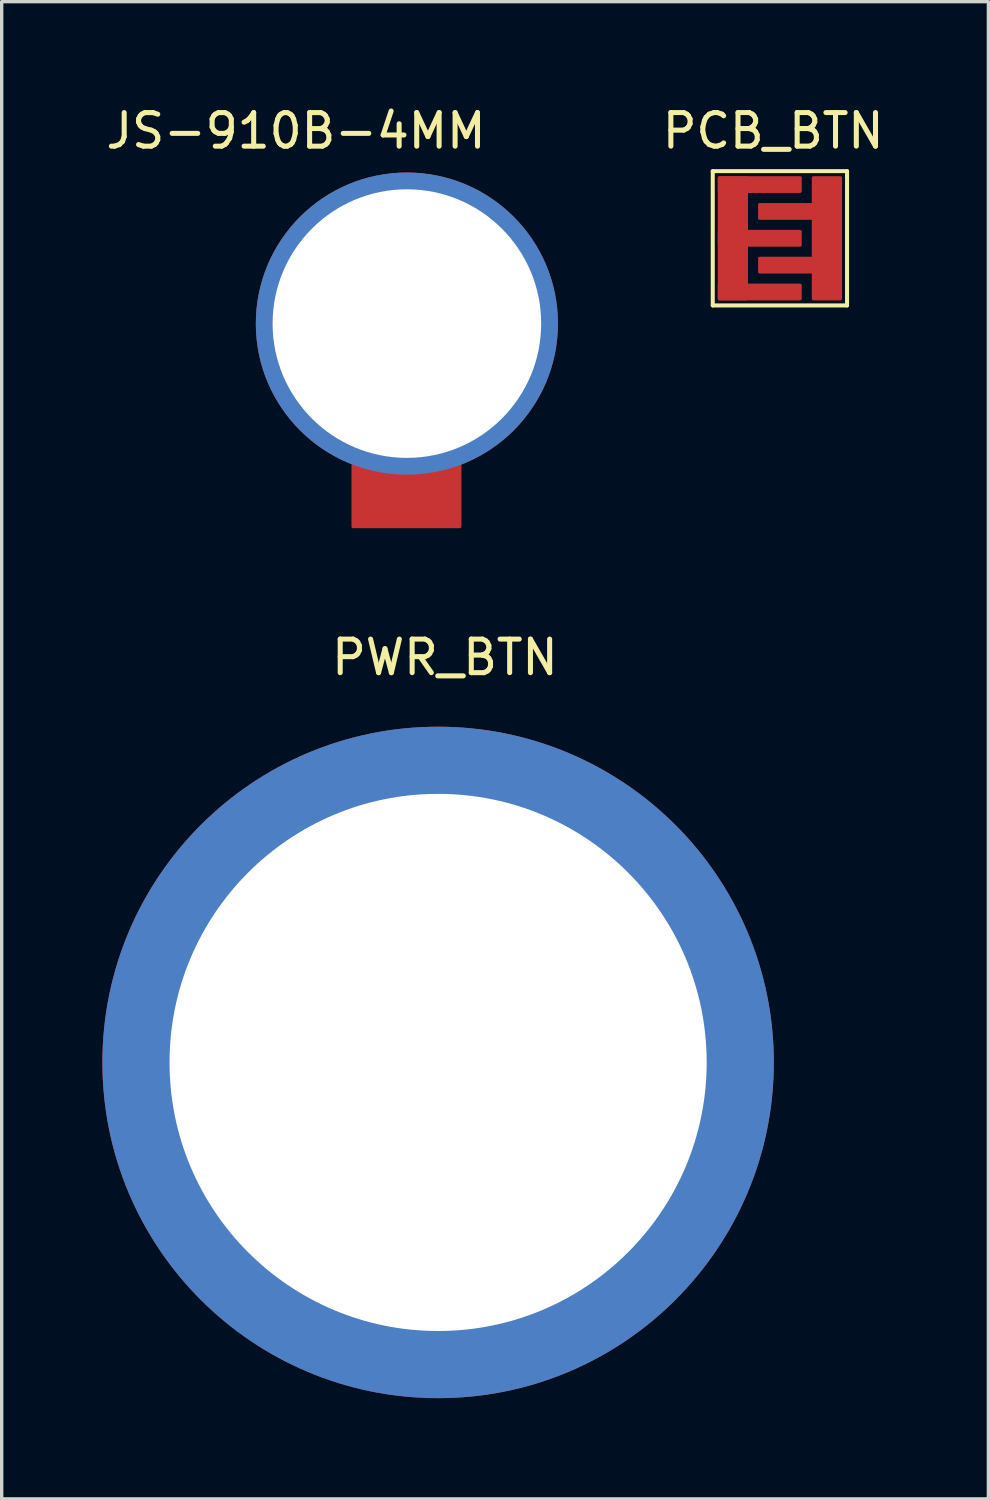
<source format=kicad_pcb>
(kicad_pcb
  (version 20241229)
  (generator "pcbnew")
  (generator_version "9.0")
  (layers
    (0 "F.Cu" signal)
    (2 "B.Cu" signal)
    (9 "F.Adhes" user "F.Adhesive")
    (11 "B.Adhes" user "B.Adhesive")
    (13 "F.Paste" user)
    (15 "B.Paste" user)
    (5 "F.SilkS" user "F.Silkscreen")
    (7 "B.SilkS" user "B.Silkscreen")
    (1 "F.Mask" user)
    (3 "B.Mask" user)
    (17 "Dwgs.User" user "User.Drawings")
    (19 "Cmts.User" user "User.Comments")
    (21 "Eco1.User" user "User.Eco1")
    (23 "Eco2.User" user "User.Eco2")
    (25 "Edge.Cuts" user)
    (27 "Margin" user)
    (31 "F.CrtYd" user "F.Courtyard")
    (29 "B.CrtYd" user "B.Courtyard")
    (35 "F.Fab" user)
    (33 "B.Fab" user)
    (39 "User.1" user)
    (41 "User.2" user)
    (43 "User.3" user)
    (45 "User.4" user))
  (footprint "JS-910B-4MM"
    (layer "F.Cu")
    (at 9.07 6.589)
    (property "Reference" "JS-910B-4MM" (at -3.302 -5.74 0) (layer "F.SilkS") (effects (font (size 1 1) (thickness 0.15))))
    (attr through_hole)
    (fp_poly (pts (xy -1.6 4.216) (xy -1.6 6.045) (xy 1.575 6.045) (xy 1.575 4.216) (xy 1.245 4.216)) (stroke (width 0.1) (type solid)) (fill yes) (layer "F.Cu"))
    (fp_poly (pts (xy -1.6 4.216) (xy -1.6 6.045) (xy 1.575 6.045) (xy 1.575 4.216) (xy 1.245 4.216)) (stroke (width 0.1) (type solid)) (fill yes) (layer "F.Mask"))
    (pad "1" thru_hole circle (at 0 0) (size 9 9) (drill 8) (layers "*.Cu" "*.Mask")))
  (footprint "PWR_BTN"
    (layer "F.Cu")
    (at 10 28.597)
    (property "Reference" "PWR_BTN" (at 0.203 -12.065 0) (layer "F.SilkS") (effects (font (size 1 1) (thickness 0.15))))
    (attr through_hole)
    (pad "1" thru_hole circle (at 0 0) (size 20 20) (drill 16) (layers "*.Cu" "*.Mask")))
  (footprint "PCB_BTN"
    (layer "F.Cu")
    (at 18.181 2.048)
    (property "Reference" "PCB_BTN" (at 1.8 -1.2 0) (layer "F.SilkS") (effects (font (size 1 1) (thickness 0.15))))
    (attr through_hole)
    (fp_poly (pts (xy 0.2 0.2) (xy 0.2 3.8) (xy 1 3.8) (xy 1 0.2)) (stroke (width 0.1) (type solid)) (fill yes) (layer "F.Cu"))
    (fp_poly (pts (xy 0.2 0.2) (xy 2.6 0.2) (xy 2.6 0.6) (xy 0.2 0.6)) (stroke (width 0.1) (type solid)) (fill yes) (layer "F.Cu"))
    (fp_poly (pts (xy 0.2 1.8) (xy 2.6 1.8) (xy 2.6 2.2) (xy 0.2 2.2)) (stroke (width 0.1) (type solid)) (fill yes) (layer "F.Cu"))
    (fp_poly (pts (xy 0.2 3.4) (xy 2.6 3.4) (xy 2.6 3.8) (xy 0.2 3.8)) (stroke (width 0.1) (type solid)) (fill yes) (layer "F.Cu"))
    (fp_poly (pts (xy 1.4 1) (xy 3.8 1) (xy 3.8 1.4) (xy 1.4 1.4)) (stroke (width 0.1) (type solid)) (fill yes) (layer "F.Cu"))
    (fp_poly (pts (xy 1.4 2.6) (xy 3.8 2.6) (xy 3.8 3) (xy 1.4 3)) (stroke (width 0.1) (type solid)) (fill yes) (layer "F.Cu"))
    (fp_poly (pts (xy 3.8 0.2) (xy 3.8 3.8) (xy 3 3.8) (xy 3 0.2)) (stroke (width 0.1) (type solid)) (fill yes) (layer "F.Cu"))
    (fp_poly (pts (xy 0.2 0.2) (xy 0.2 3.8) (xy 1 3.8) (xy 1 0.2)) (stroke (width 0.1) (type solid)) (fill yes) (layer "F.Mask"))
    (fp_poly (pts (xy 0.2 0.2) (xy 2.6 0.2) (xy 2.6 0.6) (xy 0.2 0.6)) (stroke (width 0.1) (type solid)) (fill yes) (layer "F.Mask"))
    (fp_poly (pts (xy 0.2 1.8) (xy 2.6 1.8) (xy 2.6 2.2) (xy 0.2 2.2)) (stroke (width 0.1) (type solid)) (fill yes) (layer "F.Mask"))
    (fp_poly (pts (xy 0.2 3.4) (xy 2.6 3.4) (xy 2.6 3.8) (xy 0.2 3.8)) (stroke (width 0.1) (type solid)) (fill yes) (layer "F.Mask"))
    (fp_poly (pts (xy 1.4 1) (xy 3.8 1) (xy 3.8 1.4) (xy 1.4 1.4)) (stroke (width 0.1) (type solid)) (fill yes) (layer "F.Mask"))
    (fp_poly (pts (xy 1.4 2.6) (xy 3.8 2.6) (xy 3.8 3) (xy 1.4 3)) (stroke (width 0.1) (type solid)) (fill yes) (layer "F.Mask"))
    (fp_poly (pts (xy 3.8 0.2) (xy 3.8 3.8) (xy 3 3.8) (xy 3 0.2)) (stroke (width 0.1) (type solid)) (fill yes) (layer "F.Mask"))
    (fp_line (start 0 0) (end 0 4) (stroke (width 0.12) (type solid)) (layer "F.SilkS"))
    (fp_line (start 0 4) (end 4 4) (stroke (width 0.12) (type solid)) (layer "F.SilkS"))
    (fp_line (start 4 0) (end 0 0) (stroke (width 0.12) (type solid)) (layer "F.SilkS"))
    (fp_line (start 4 4) (end 4 0) (stroke (width 0.12) (type solid)) (layer "F.SilkS"))
    (pad "1" smd roundrect (at 0.6 2) (size 0.8 3.6) (layers "F.Cu" "F.Mask") (roundrect_rratio 0.25))
    (pad "2" smd roundrect (at 3.4 2) (size 0.8 3.6) (layers "F.Cu" "F.Mask") (roundrect_rratio 0.25)))
  (gr_rect
    (start -3 -3)
    (end 26.391 41.597)
    (stroke (width 0.1) (type default))
    (fill no)
    (layer "Edge.Cuts")))
</source>
